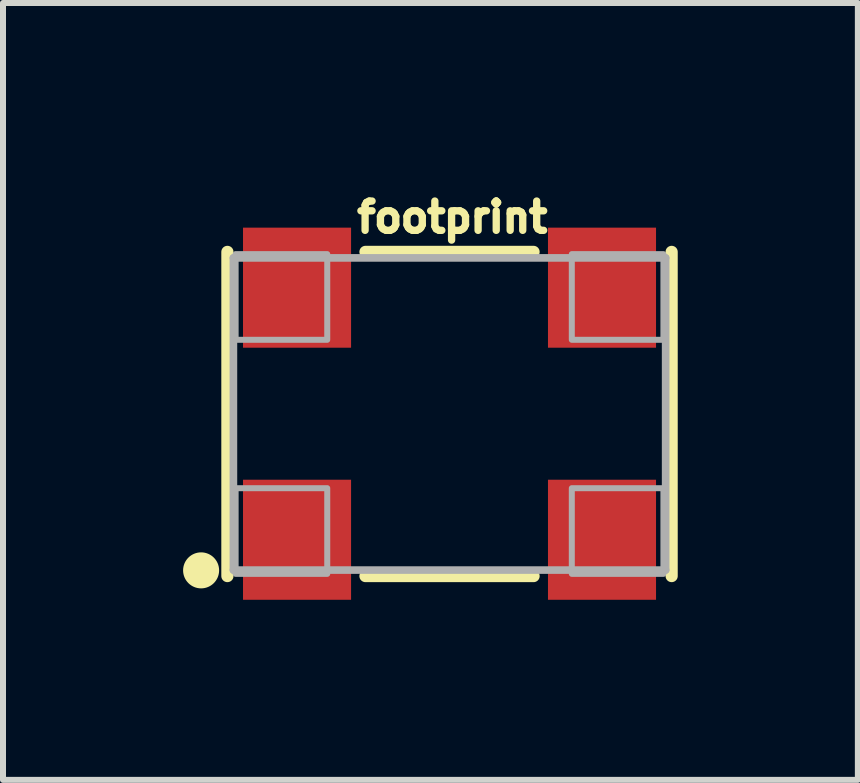
<source format=kicad_pcb>
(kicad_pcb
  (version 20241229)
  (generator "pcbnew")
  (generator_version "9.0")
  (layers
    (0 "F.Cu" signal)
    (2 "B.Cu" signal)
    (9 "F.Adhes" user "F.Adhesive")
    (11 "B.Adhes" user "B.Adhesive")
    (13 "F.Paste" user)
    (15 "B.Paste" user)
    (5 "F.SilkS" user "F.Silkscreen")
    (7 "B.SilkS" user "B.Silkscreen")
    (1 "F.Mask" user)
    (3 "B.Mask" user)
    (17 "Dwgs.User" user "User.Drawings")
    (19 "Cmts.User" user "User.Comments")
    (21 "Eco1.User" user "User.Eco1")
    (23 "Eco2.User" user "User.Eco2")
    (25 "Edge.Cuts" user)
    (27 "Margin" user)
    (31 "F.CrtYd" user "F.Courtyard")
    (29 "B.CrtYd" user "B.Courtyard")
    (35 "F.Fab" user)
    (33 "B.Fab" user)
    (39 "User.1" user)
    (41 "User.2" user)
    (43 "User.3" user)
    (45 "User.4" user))
  (footprint "footprint"
    (layer "F.Cu")
    (at 4.438 3.846)
    (property "Reference" "footprint" (at 0.046 -2.993 0) (layer "F.SilkS") (effects (font (size 0.488 0.488) (thickness 0.122)) (justify bottom)))
    (fp_line (start -3.7 -2.7) (end -3.7 2.7) (stroke (width 0.203) (type solid)) (layer "F.SilkS"))
    (fp_line (start -1.4 2.7) (end 1.4 2.7) (stroke (width 0.203) (type solid)) (layer "F.SilkS"))
    (fp_line (start 1.4 -2.7) (end -1.4 -2.7) (stroke (width 0.203) (type solid)) (layer "F.SilkS"))
    (fp_line (start 3.7 2.7) (end 3.7 -2.7) (stroke (width 0.203) (type solid)) (layer "F.SilkS"))
    (fp_circle (center -4.138 2.605) (end -3.988 2.605) (stroke (width 0.3) (type solid)) (fill yes) (layer "F.SilkS"))
    (fp_line (start -3.6 -2.6) (end -3.6 2.6) (stroke (width 0.127) (type solid)) (layer "F.Fab"))
    (fp_line (start -3.6 2.6) (end 3.6 2.6) (stroke (width 0.127) (type solid)) (layer "F.Fab"))
    (fp_line (start 3.6 -2.6) (end -3.6 -2.6) (stroke (width 0.127) (type solid)) (layer "F.Fab"))
    (fp_line (start 3.6 2.6) (end 3.6 -2.6) (stroke (width 0.127) (type solid)) (layer "F.Fab"))
    (fp_poly (pts (xy -2.037 -1.236) (xy -3.563 -1.236) (xy -3.563 -2.663) (xy -2.037 -2.663)) (stroke (width 0.1) (type solid)) (fill no) (layer "F.Fab"))
    (fp_poly (pts (xy -2.037 2.663) (xy -3.563 2.663) (xy -3.563 1.236) (xy -2.037 1.236)) (stroke (width 0.1) (type solid)) (fill no) (layer "F.Fab"))
    (fp_poly (pts (xy 3.563 -1.236) (xy 2.037 -1.236) (xy 2.037 -2.663) (xy 3.563 -2.663)) (stroke (width 0.1) (type solid)) (fill no) (layer "F.Fab"))
    (fp_poly (pts (xy 3.563 2.663) (xy 2.037 2.663) (xy 2.037 1.236) (xy 3.563 1.236)) (stroke (width 0.1) (type solid)) (fill no) (layer "F.Fab"))
    (pad "1" smd rect (at -2.54 2.095 90) (size 2 1.8) (layers "F.Cu" "F.Mask" "F.Paste"))
    (pad "2" smd rect (at 2.54 2.095 90) (size 2 1.8) (layers "F.Cu" "F.Mask" "F.Paste"))
    (pad "3" smd rect (at 2.54 -2.104 90) (size 2 1.8) (layers "F.Cu" "F.Mask" "F.Paste"))
    (pad "4" smd rect (at -2.54 -2.104 90) (size 2 1.8) (layers "F.Cu" "F.Mask" "F.Paste")))
  (gr_rect
    (start -3 -3)
    (end 11.24 9.941)
    (stroke (width 0.1) (type default))
    (fill no)
    (layer "Edge.Cuts")))
</source>
